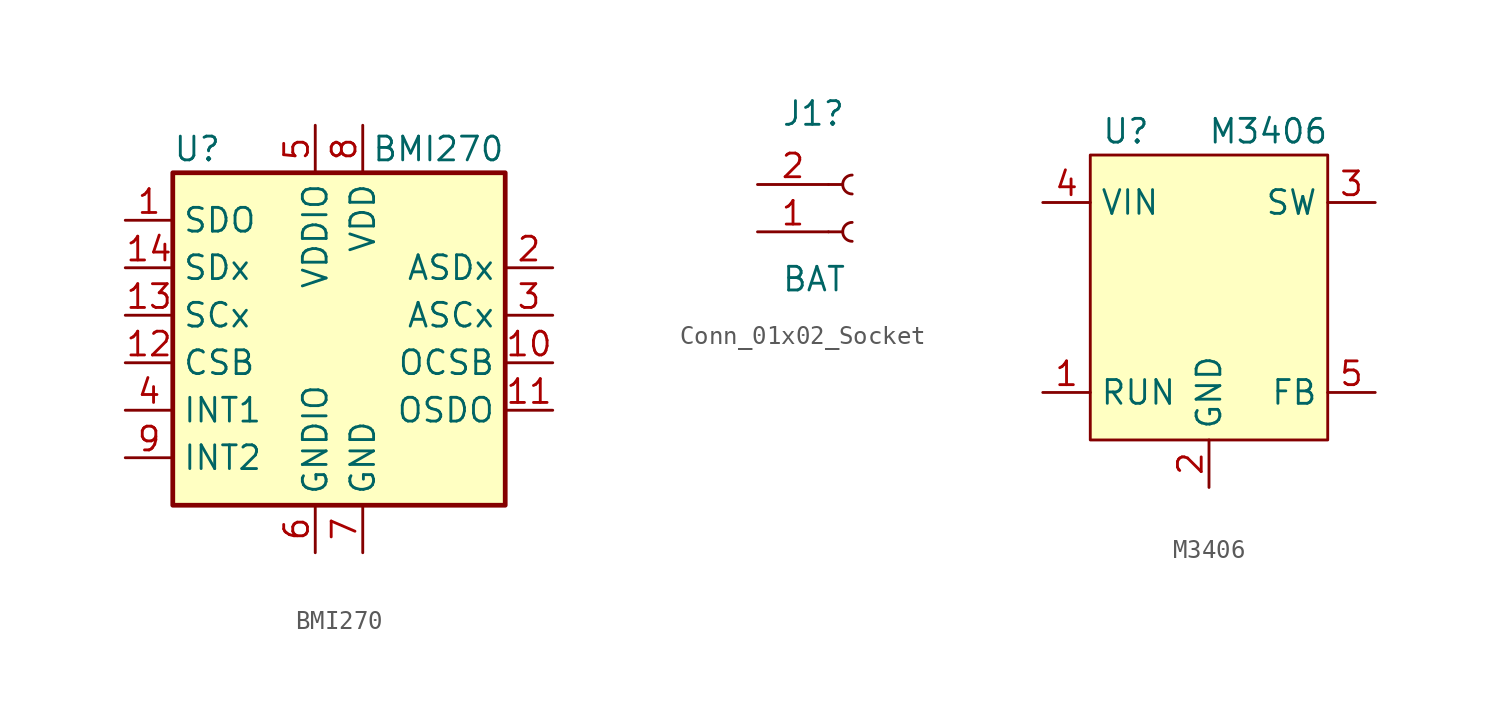
<source format=kicad_sym>
(kicad_symbol_lib
  (version 20220914)
  (generator kicad_symbol_editor)
  (symbol "BMI270"
    (property "Reference" "U"
      (at -10.16 8.89 0)
      (effects (font (size 1.27 1.27)) (justify left)))
    (property "Value" "BMI270"
      (at 7.62 8.89 0)
      (effects (font (size 1.27 1.27)) (justify right)))
    (symbol "BMI270_1_1"
      (rectangle (start -10.16 7.62) (end 7.62 -10.16) (stroke (width 0.254) (type default)) (fill (type background)))
      (pin input line (at -12.7 5.08 0) (length 2.54) (name "SDO" (effects (font (size 1.27 1.27)))) (number "1" (effects (font (size 1.27 1.27)))))
      (pin bidirectional line (at 10.16 -2.54 180) (length 2.54) (name "OCSB" (effects (font (size 1.27 1.27)))) (number "10" (effects (font (size 1.27 1.27)))))
      (pin bidirectional line (at 10.16 -5.08 180) (length 2.54) (name "OSDO" (effects (font (size 1.27 1.27)))) (number "11" (effects (font (size 1.27 1.27)))))
      (pin input line (at -12.7 -2.54 0) (length 2.54) (name "CSB" (effects (font (size 1.27 1.27)))) (number "12" (effects (font (size 1.27 1.27)))))
      (pin input line (at -12.7 0 0) (length 2.54) (name "SCx" (effects (font (size 1.27 1.27)))) (number "13" (effects (font (size 1.27 1.27)))))
      (pin bidirectional line (at -12.7 2.54 0) (length 2.54) (name "SDx" (effects (font (size 1.27 1.27)))) (number "14" (effects (font (size 1.27 1.27)))))
      (pin bidirectional line (at 10.16 2.54 180) (length 2.54) (name "ASDx" (effects (font (size 1.27 1.27)))) (number "2" (effects (font (size 1.27 1.27)))))
      (pin output line (at 10.16 0 180) (length 2.54) (name "ASCx" (effects (font (size 1.27 1.27)))) (number "3" (effects (font (size 1.27 1.27)))))
      (pin bidirectional line (at -12.7 -5.08 0) (length 2.54) (name "INT1" (effects (font (size 1.27 1.27)))) (number "4" (effects (font (size 1.27 1.27)))))
      (pin power_in line (at -2.54 10.16 270) (length 2.54) (name "VDDIO" (effects (font (size 1.27 1.27)))) (number "5" (effects (font (size 1.27 1.27)))))
      (pin power_in line (at -2.54 -12.7 90) (length 2.54) (name "GNDIO" (effects (font (size 1.27 1.27)))) (number "6" (effects (font (size 1.27 1.27)))))
      (pin power_in line (at 0 -12.7 90) (length 2.54) (name "GND" (effects (font (size 1.27 1.27)))) (number "7" (effects (font (size 1.27 1.27)))))
      (pin power_in line (at 0 10.16 270) (length 2.54) (name "VDD" (effects (font (size 1.27 1.27)))) (number "8" (effects (font (size 1.27 1.27)))))
      (pin bidirectional line (at -12.7 -7.62 0) (length 2.54) (name "INT2" (effects (font (size 1.27 1.27)))) (number "9" (effects (font (size 1.27 1.27)))))))
  (symbol "Conn_01x02_Socket"
    (pin_names
      (offset 1.016) hide)
    (property "Reference" "J1"
      (at -3.81 3.81 0)
      (effects (font (size 1.27 1.27)) (justify left)))
    (property "Value" "BAT"
      (at -3.81 -5.08 0)
      (effects (font (size 1.27 1.27)) (justify left)))
    (property "ki_locked" ""
      (at 0 0 0)
      (effects (font (size 1.27 1.27))))
    (symbol "Conn_01x02_Socket_1_1"
      (arc (start 0 -2.032) (mid -0.5058 -2.54) (end 0 -3.048) (stroke (width 0.1524) (type default)) (fill (type none)))
      (polyline (pts (xy -1.27 -2.54) (xy -0.508 -2.54)) (stroke (width 0.152) (type default)) (fill (type none)))
      (polyline (pts (xy -1.27 0) (xy -0.508 0)) (stroke (width 0.152) (type default)) (fill (type none)))
      (arc (start 0 0.508) (mid -0.5058 0) (end 0 -0.508) (stroke (width 0.1524) (type default)) (fill (type none)))
      (pin passive line (at -5.08 -2.54 0) (length 3.81) (name "Pin_2" (effects (font (size 1.27 1.27)))) (number "1" (effects (font (size 1.27 1.27)))))
      (pin passive line (at -5.08 0 0) (length 3.81) (name "Pin_1" (effects (font (size 1.27 1.27)))) (number "2" (effects (font (size 1.27 1.27)))))))
  (symbol "M3406"
    (property "Reference" "U"
      (at -4.445 8.89 0)
      (effects (font (size 1.27 1.27))))
    (property "Value" "M3406"
      (at 3.175 8.89 0)
      (effects (font (size 1.27 1.27))))
    (symbol "M3406_1_1"
      (rectangle (start -6.35 7.62) (end 6.35 -7.62) (stroke (width 0) (type default)) (fill (type background)))
      (pin input line (at -8.89 -5.08 0) (length 2.54) (name "RUN" (effects (font (size 1.27 1.27)))) (number "1" (effects (font (size 1.27 1.27)))))
      (pin power_in line (at 0 -10.16 90) (length 2.54) (name "GND" (effects (font (size 1.27 1.27)))) (number "2" (effects (font (size 1.27 1.27)))))
      (pin output line (at 8.89 5.08 180) (length 2.54) (name "SW" (effects (font (size 1.27 1.27)))) (number "3" (effects (font (size 1.27 1.27)))))
      (pin power_in line (at -8.89 5.08 0) (length 2.54) (name "VIN" (effects (font (size 1.27 1.27)))) (number "4" (effects (font (size 1.27 1.27)))))
      (pin input line (at 8.89 -5.08 180) (length 2.54) (name "FB" (effects (font (size 1.27 1.27)))) (number "5" (effects (font (size 1.27 1.27))))))))
</source>
